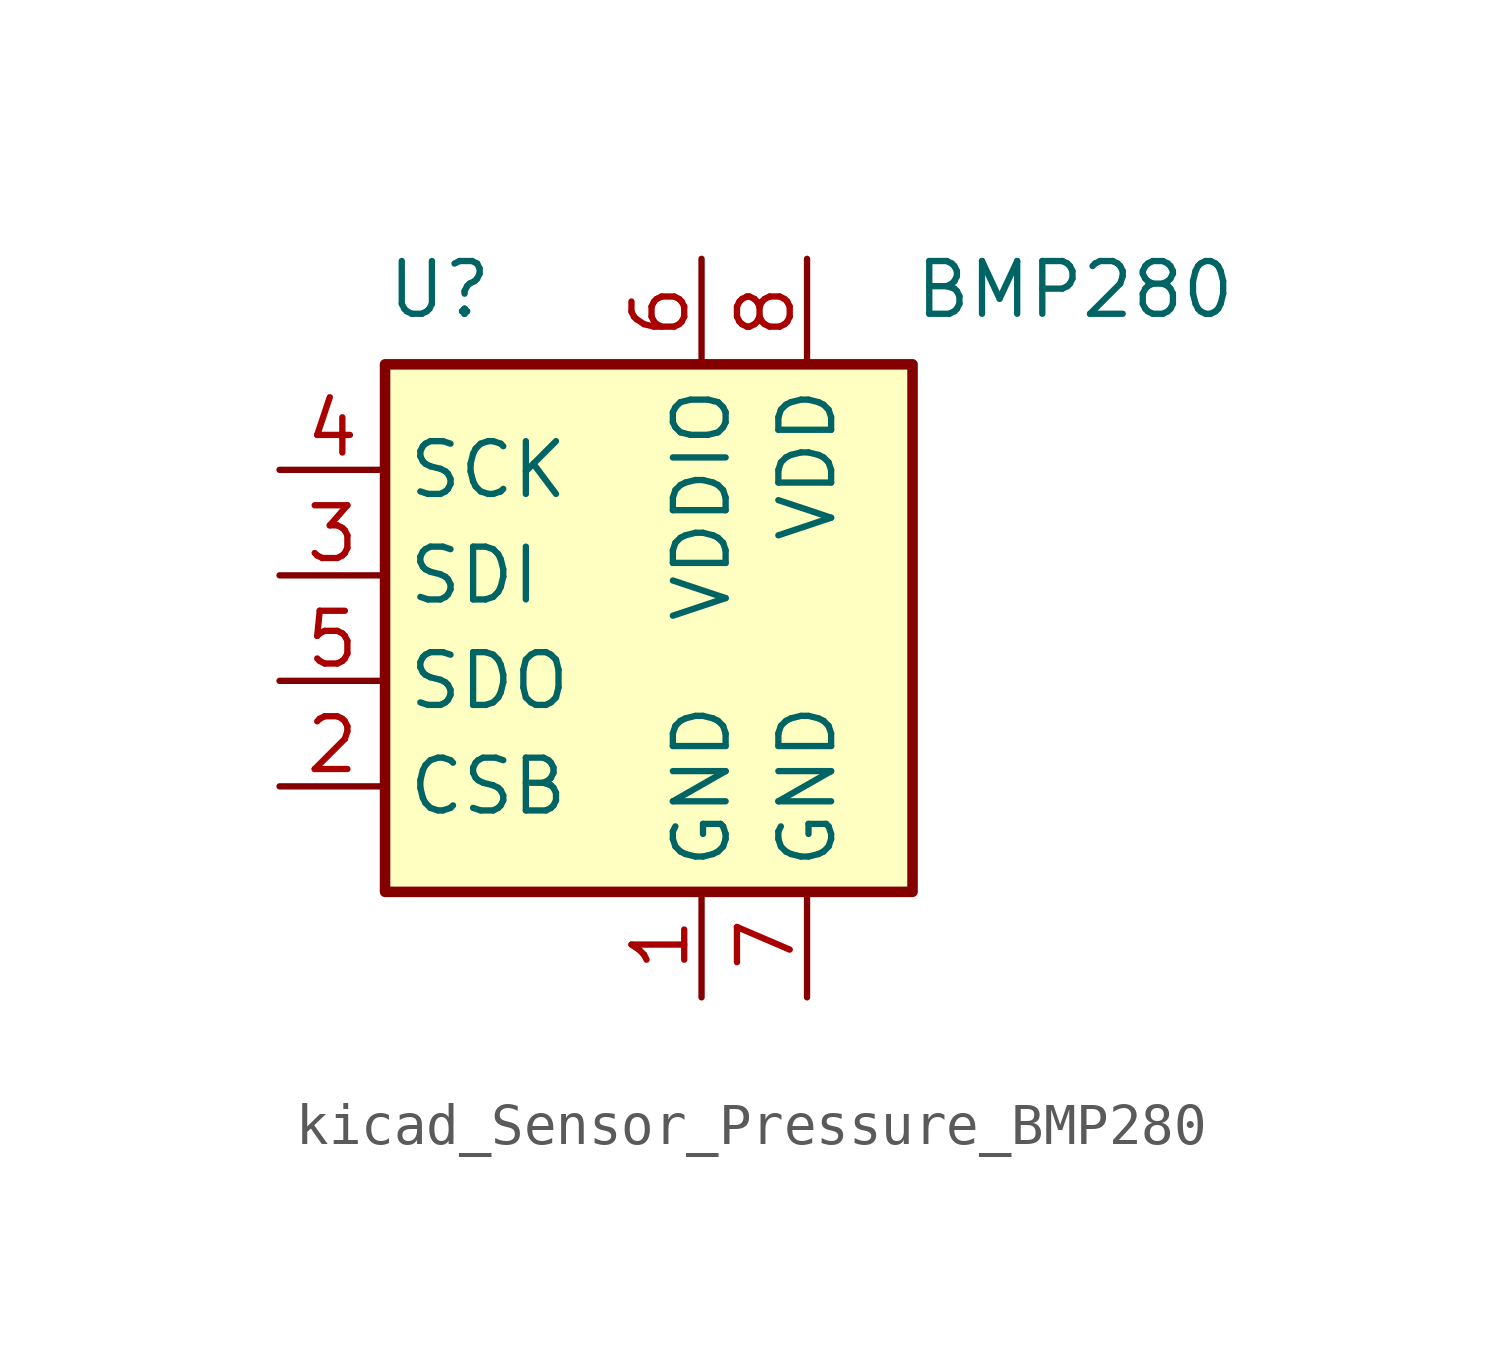
<source format=kicad_sym>
(kicad_symbol_lib
  (version 20220914)
  (generator kicad_symbol_editor)
  (symbol "kicad_Sensor_Pressure_BMP280"
    (property "Reference" "U"
      (at -7.62 10.16 0)
      (effects (font (size 1.27 1.27)) (justify left top)))
    (property "Value" "BMP280"
      (at 5.08 10.16 0)
      (effects (font (size 1.27 1.27)) (justify left top)))
    (symbol "kicad_Sensor_Pressure_BMP280_0_1"
      (rectangle (start -7.62 -5.08) (end 5.08 7.62) (stroke (width 0.254) (type default)) (fill (type background))))
    (symbol "kicad_Sensor_Pressure_BMP280_1_1"
      (pin power_in line (at 0 -7.62 90) (length 2.54) (name "GND" (effects (font (size 1.27 1.27)))) (number "1" (effects (font (size 1.27 1.27)))))
      (pin input line (at -10.16 -2.54 0) (length 2.54) (name "CSB" (effects (font (size 1.27 1.27)))) (number "2" (effects (font (size 1.27 1.27)))))
      (pin bidirectional line (at -10.16 2.54 0) (length 2.54) (name "SDI" (effects (font (size 1.27 1.27)))) (number "3" (effects (font (size 1.27 1.27)))))
      (pin input line (at -10.16 5.08 0) (length 2.54) (name "SCK" (effects (font (size 1.27 1.27)))) (number "4" (effects (font (size 1.27 1.27)))))
      (pin bidirectional line (at -10.16 0 0) (length 2.54) (name "SDO" (effects (font (size 1.27 1.27)))) (number "5" (effects (font (size 1.27 1.27)))))
      (pin power_in line (at 0 10.16 270) (length 2.54) (name "VDDIO" (effects (font (size 1.27 1.27)))) (number "6" (effects (font (size 1.27 1.27)))))
      (pin power_in line (at 2.54 -7.62 90) (length 2.54) (name "GND" (effects (font (size 1.27 1.27)))) (number "7" (effects (font (size 1.27 1.27)))))
      (pin power_in line (at 2.54 10.16 270) (length 2.54) (name "VDD" (effects (font (size 1.27 1.27)))) (number "8" (effects (font (size 1.27 1.27))))))))
</source>
